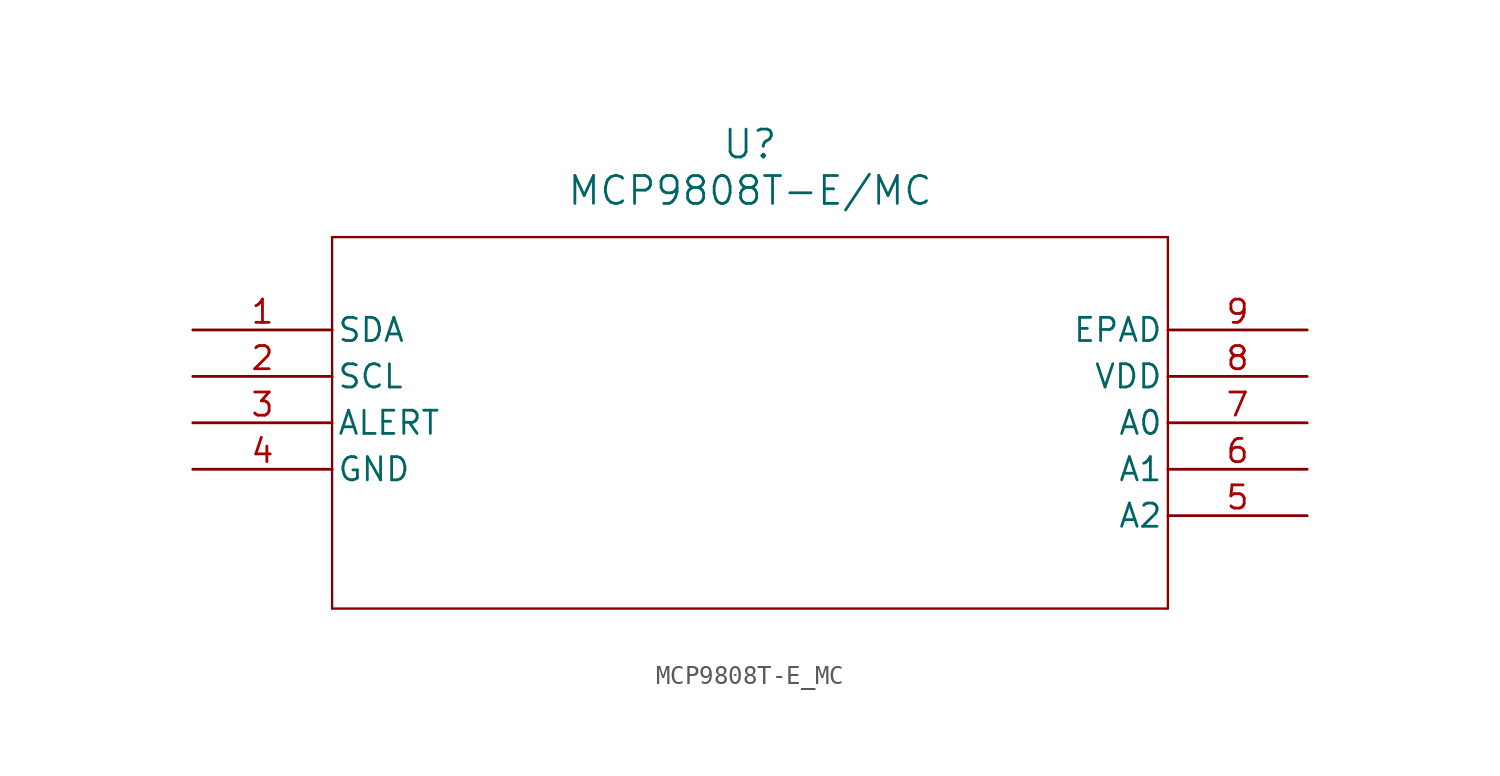
<source format=kicad_sym>
(kicad_symbol_lib
  (version 20211014)
  (generator kicad_symbol_editor)
  (symbol "MCP9808T-E_MC"
    (pin_names
      (offset 0.254))
    (property "Reference" "U"
      (at 30.48 10.16 0)
      (effects (font (size 1.524 1.524))))
    (property "Value" "MCP9808T-E/MC"
      (at 30.48 7.62 0)
      (effects (font (size 1.524 1.524))))
    (symbol "MCP9808T-E_MC_0_1"
      (polyline (pts (xy 7.62 5.08) (xy 7.62 -15.24)) (stroke (width 0.127) (type default) (color 0 0 0 0)) (fill (type none)))
      (polyline (pts (xy 7.62 -15.24) (xy 53.34 -15.24)) (stroke (width 0.127) (type default) (color 0 0 0 0)) (fill (type none)))
      (polyline (pts (xy 53.34 -15.24) (xy 53.34 5.08)) (stroke (width 0.127) (type default) (color 0 0 0 0)) (fill (type none)))
      (polyline (pts (xy 53.34 5.08) (xy 7.62 5.08)) (stroke (width 0.127) (type default) (color 0 0 0 0)) (fill (type none)))
      (pin unspecified line (at 0 0 0) (length 7.62) (name "SDA" (effects (font (size 1.27 1.27)))) (number "1" (effects (font (size 1.27 1.27)))))
      (pin unspecified line (at 0 -2.54 0) (length 7.62) (name "SCL" (effects (font (size 1.27 1.27)))) (number "2" (effects (font (size 1.27 1.27)))))
      (pin output line (at 0 -5.08 0) (length 7.62) (name "ALERT" (effects (font (size 1.27 1.27)))) (number "3" (effects (font (size 1.27 1.27)))))
      (pin power_in line (at 0 -7.62 0) (length 7.62) (name "GND" (effects (font (size 1.27 1.27)))) (number "4" (effects (font (size 1.27 1.27)))))
      (pin unspecified line (at 60.96 -10.16 180) (length 7.62) (name "A2" (effects (font (size 1.27 1.27)))) (number "5" (effects (font (size 1.27 1.27)))))
      (pin unspecified line (at 60.96 -7.62 180) (length 7.62) (name "A1" (effects (font (size 1.27 1.27)))) (number "6" (effects (font (size 1.27 1.27)))))
      (pin unspecified line (at 60.96 -5.08 180) (length 7.62) (name "A0" (effects (font (size 1.27 1.27)))) (number "7" (effects (font (size 1.27 1.27)))))
      (pin power_in line (at 60.96 -2.54 180) (length 7.62) (name "VDD" (effects (font (size 1.27 1.27)))) (number "8" (effects (font (size 1.27 1.27)))))
      (pin unspecified line (at 60.96 0 180) (length 7.62) (name "EPAD" (effects (font (size 1.27 1.27)))) (number "9" (effects (font (size 1.27 1.27))))))))
</source>
